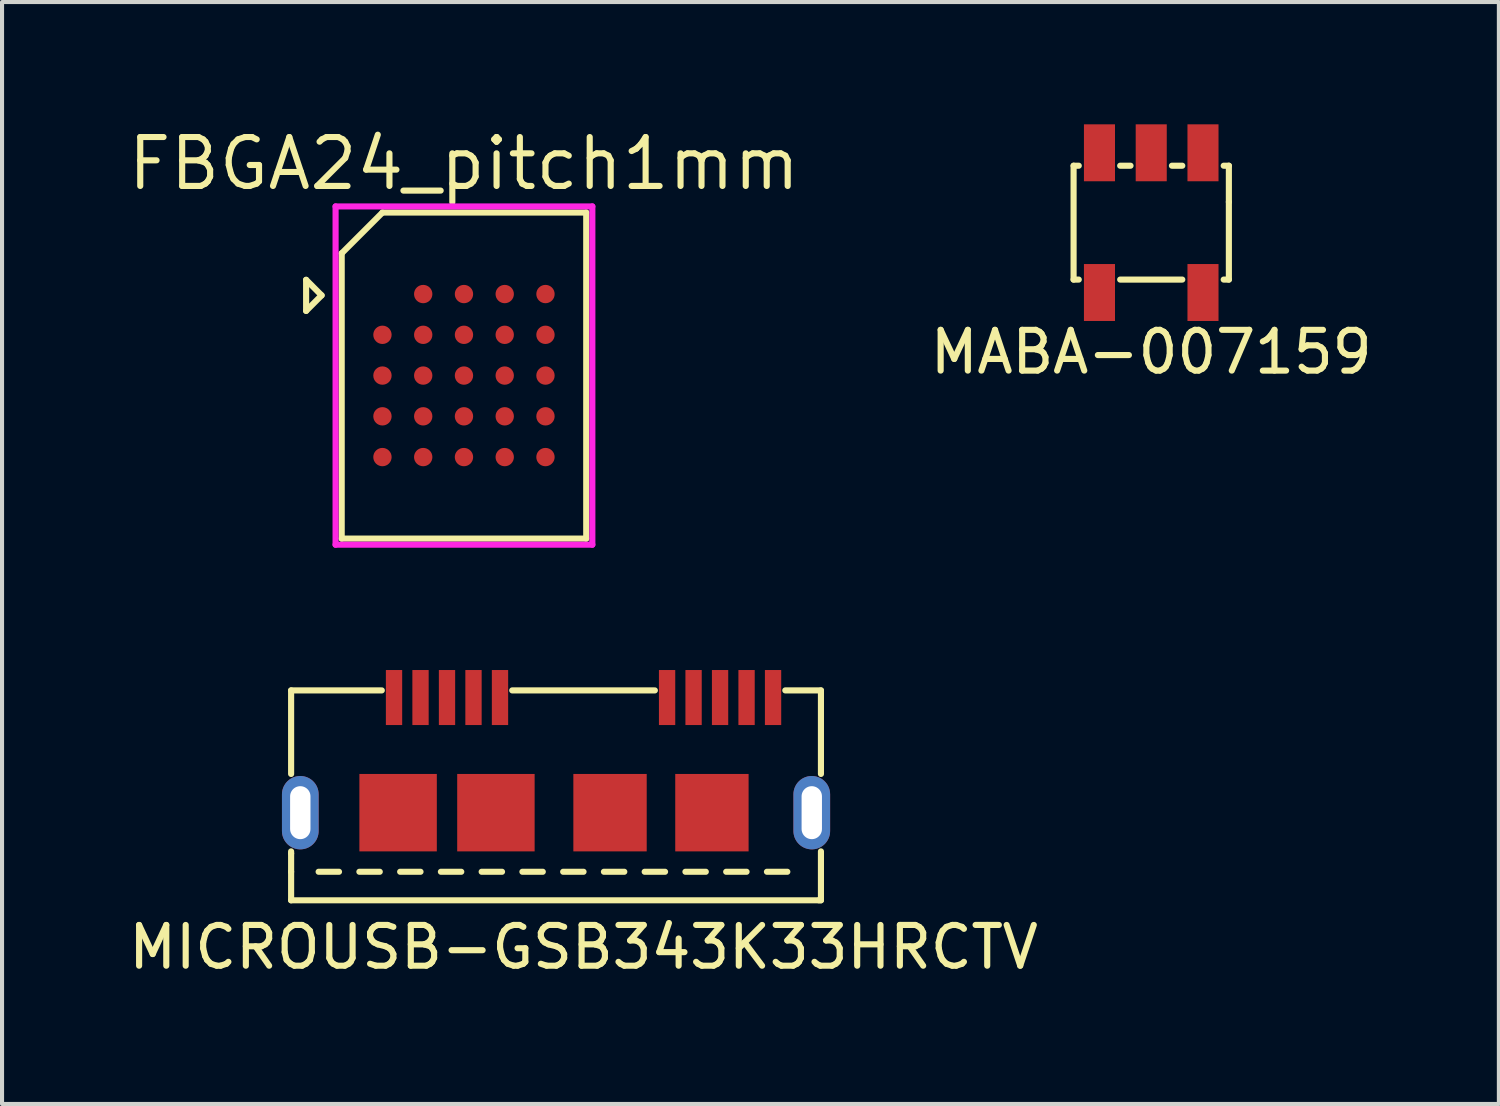
<source format=kicad_pcb>
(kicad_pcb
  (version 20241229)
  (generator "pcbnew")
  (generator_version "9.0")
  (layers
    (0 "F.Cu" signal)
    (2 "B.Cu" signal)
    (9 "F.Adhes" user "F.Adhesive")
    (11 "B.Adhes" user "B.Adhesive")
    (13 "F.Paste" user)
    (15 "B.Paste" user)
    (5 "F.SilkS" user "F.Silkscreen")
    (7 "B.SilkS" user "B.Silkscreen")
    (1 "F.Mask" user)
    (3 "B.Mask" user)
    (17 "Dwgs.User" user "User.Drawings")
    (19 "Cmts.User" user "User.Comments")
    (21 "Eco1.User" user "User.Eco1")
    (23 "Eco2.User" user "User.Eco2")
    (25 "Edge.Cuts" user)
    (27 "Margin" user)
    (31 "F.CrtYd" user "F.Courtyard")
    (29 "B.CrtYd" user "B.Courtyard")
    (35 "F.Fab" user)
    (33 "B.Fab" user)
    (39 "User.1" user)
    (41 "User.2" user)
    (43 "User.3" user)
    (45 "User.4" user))
  (footprint "FBGA24_pitch1mm"
    (layer "F.Cu")
    (at 8.334 6.165)
    (property "Reference" "FBGA24_pitch1mm" (at 0 -5.2 0) (layer "F.SilkS") (effects (font (size 1.2 1.2) (thickness 0.15))))
    (attr through_hole)
    (fp_line (start -3.873 -1.587) (end -3.873 -2.349) (stroke (width 0.15) (type solid)) (layer "F.SilkS"))
    (fp_line (start -3.493 -1.968) (end -3.873 -2.349) (stroke (width 0.15) (type solid)) (layer "F.SilkS"))
    (fp_line (start -3.493 -1.968) (end -3.873 -1.587) (stroke (width 0.15) (type solid)) (layer "F.SilkS"))
    (fp_line (start -3 -3) (end -3 4) (stroke (width 0.15) (type solid)) (layer "F.SilkS"))
    (fp_line (start -3 4) (end 3 4) (stroke (width 0.15) (type solid)) (layer "F.SilkS"))
    (fp_line (start -2 -4) (end -3 -3) (stroke (width 0.15) (type solid)) (layer "F.SilkS"))
    (fp_line (start 3 -4) (end -2 -4) (stroke (width 0.15) (type solid)) (layer "F.SilkS"))
    (fp_line (start 3 4) (end 3 -4) (stroke (width 0.15) (type solid)) (layer "F.SilkS"))
    (fp_line (start -3.15 -4.15) (end 3.15 -4.15) (stroke (width 0.15) (type solid)) (layer "F.CrtYd"))
    (fp_line (start -3.15 4.15) (end -3.15 -4.15) (stroke (width 0.15) (type solid)) (layer "F.CrtYd"))
    (fp_line (start 3.15 -4.15) (end 3.15 4.15) (stroke (width 0.15) (type solid)) (layer "F.CrtYd"))
    (fp_line (start 3.15 4.15) (end -3.15 4.15) (stroke (width 0.15) (type solid)) (layer "F.CrtYd"))
    (pad "A2" smd circle (at -1 -2) (size 0.45 0.45) (layers "F.Cu" "F.Mask" "F.Paste"))
    (pad "A3" smd circle (at 0 -2) (size 0.45 0.45) (layers "F.Cu" "F.Mask" "F.Paste"))
    (pad "A4" smd circle (at 1 -2) (size 0.45 0.45) (layers "F.Cu" "F.Mask" "F.Paste"))
    (pad "A5" smd circle (at 2 -2) (size 0.45 0.45) (layers "F.Cu" "F.Mask" "F.Paste"))
    (pad "B1" smd circle (at -2 -1) (size 0.45 0.45) (layers "F.Cu" "F.Mask" "F.Paste"))
    (pad "B2" smd circle (at -1 -1) (size 0.45 0.45) (layers "F.Cu" "F.Mask" "F.Paste"))
    (pad "B3" smd circle (at 0 -1) (size 0.45 0.45) (layers "F.Cu" "F.Mask" "F.Paste"))
    (pad "B4" smd circle (at 1 -1) (size 0.45 0.45) (layers "F.Cu" "F.Mask" "F.Paste"))
    (pad "B5" smd circle (at 2 -1) (size 0.45 0.45) (layers "F.Cu" "F.Mask" "F.Paste"))
    (pad "C1" smd circle (at -2 0) (size 0.45 0.45) (layers "F.Cu" "F.Mask" "F.Paste"))
    (pad "C2" smd circle (at -1 0) (size 0.45 0.45) (layers "F.Cu" "F.Mask" "F.Paste"))
    (pad "C3" smd circle (at 0 0) (size 0.45 0.45) (layers "F.Cu" "F.Mask" "F.Paste"))
    (pad "C4" smd circle (at 1 0) (size 0.45 0.45) (layers "F.Cu" "F.Mask" "F.Paste"))
    (pad "C5" smd circle (at 2 0) (size 0.45 0.45) (layers "F.Cu" "F.Mask" "F.Paste"))
    (pad "D1" smd circle (at -2 1) (size 0.45 0.45) (layers "F.Cu" "F.Mask" "F.Paste"))
    (pad "D2" smd circle (at -1 1) (size 0.45 0.45) (layers "F.Cu" "F.Mask" "F.Paste"))
    (pad "D3" smd circle (at 0 1) (size 0.45 0.45) (layers "F.Cu" "F.Mask" "F.Paste"))
    (pad "D4" smd circle (at 1 1) (size 0.45 0.45) (layers "F.Cu" "F.Mask" "F.Paste"))
    (pad "D5" smd circle (at 2 1) (size 0.45 0.45) (layers "F.Cu" "F.Mask" "F.Paste"))
    (pad "E1" smd circle (at -2 2) (size 0.45 0.45) (layers "F.Cu" "F.Mask" "F.Paste"))
    (pad "E2" smd circle (at -1 2) (size 0.45 0.45) (layers "F.Cu" "F.Mask" "F.Paste"))
    (pad "E3" smd circle (at 0 2) (size 0.45 0.45) (layers "F.Cu" "F.Mask" "F.Paste"))
    (pad "E4" smd circle (at 1 2) (size 0.45 0.45) (layers "F.Cu" "F.Mask" "F.Paste"))
    (pad "E5" smd circle (at 2 2) (size 0.45 0.45) (layers "F.Cu" "F.Mask" "F.Paste")))
  (footprint "MABA-007159"
    (layer "F.Cu")
    (at 25.197 2.413)
    (property "Reference" "MABA-007159" (at 0 3.175 0) (layer "F.SilkS") (effects (font (size 1 1) (thickness 0.15))))
    (attr through_hole)
    (fp_line (start -1.905 -1.397) (end -1.905 1.397) (stroke (width 0.15) (type solid)) (layer "F.SilkS"))
    (fp_line (start -1.905 -1.397) (end -1.778 -1.397) (stroke (width 0.15) (type solid)) (layer "F.SilkS"))
    (fp_line (start -1.905 1.397) (end -1.778 1.397) (stroke (width 0.15) (type solid)) (layer "F.SilkS"))
    (fp_line (start -0.762 -1.397) (end -0.508 -1.397) (stroke (width 0.15) (type solid)) (layer "F.SilkS"))
    (fp_line (start 0.508 -1.397) (end 0.762 -1.397) (stroke (width 0.15) (type solid)) (layer "F.SilkS"))
    (fp_line (start 0.762 1.397) (end -0.762 1.397) (stroke (width 0.15) (type solid)) (layer "F.SilkS"))
    (fp_line (start 1.778 -1.397) (end 1.905 -1.397) (stroke (width 0.15) (type solid)) (layer "F.SilkS"))
    (fp_line (start 1.905 -1.397) (end 1.905 -0.508) (stroke (width 0.15) (type solid)) (layer "F.SilkS"))
    (fp_line (start 1.905 -0.508) (end 1.905 1.397) (stroke (width 0.15) (type solid)) (layer "F.SilkS"))
    (fp_line (start 1.905 1.397) (end 1.778 1.397) (stroke (width 0.15) (type solid)) (layer "F.SilkS"))
    (pad "1" smd rect (at -1.27 -1.714) (size 0.762 1.397) (layers "F.Cu" "F.Mask" "F.Paste"))
    (pad "2" smd rect (at 0 -1.714) (size 0.762 1.397) (layers "F.Cu" "F.Mask" "F.Paste"))
    (pad "3" smd rect (at 1.27 -1.714) (size 0.762 1.397) (layers "F.Cu" "F.Mask" "F.Paste"))
    (pad "4" smd rect (at 1.27 1.714) (size 0.762 1.397) (layers "F.Cu" "F.Mask" "F.Paste"))
    (pad "5" smd rect (at -1.27 1.714) (size 0.762 1.397) (layers "F.Cu" "F.Mask" "F.Paste")))
  (footprint "MICROUSB-GSB343K33HRCTV"
    (layer "F.Cu")
    (at 11.268 16.89)
    (property "Reference" "MICROUSB-GSB343K33HRCTV" (at 0 3.3 0) (layer "F.SilkS") (effects (font (size 1 1) (thickness 0.15))))
    (attr through_hole)
    (fp_line (start -7.175 -3) (end -7.175 -0.95) (stroke (width 0.15) (type solid)) (layer "F.SilkS"))
    (fp_line (start -7.175 1) (end -7.175 0.95) (stroke (width 0.15) (type solid)) (layer "F.SilkS"))
    (fp_line (start -7.175 1.45) (end -7.175 1) (stroke (width 0.15) (type solid)) (layer "F.SilkS"))
    (fp_line (start -7.175 1.45) (end -7.175 2.15) (stroke (width 0.15) (type solid)) (layer "F.SilkS"))
    (fp_line (start -7.175 2.15) (end 5.775 2.15) (stroke (width 0.15) (type solid)) (layer "F.SilkS"))
    (fp_line (start -6.5 1.45) (end -6 1.45) (stroke (width 0.15) (type solid)) (layer "F.SilkS"))
    (fp_line (start -5.5 1.45) (end -5 1.45) (stroke (width 0.15) (type solid)) (layer "F.SilkS"))
    (fp_line (start -4.95 -3) (end -7.175 -3) (stroke (width 0.15) (type solid)) (layer "F.SilkS"))
    (fp_line (start -4.5 1.45) (end -4 1.45) (stroke (width 0.15) (type solid)) (layer "F.SilkS"))
    (fp_line (start -3.5 1.45) (end -3 1.45) (stroke (width 0.15) (type solid)) (layer "F.SilkS"))
    (fp_line (start -2.5 1.45) (end -2 1.45) (stroke (width 0.15) (type solid)) (layer "F.SilkS"))
    (fp_line (start -1.5 1.45) (end -1 1.45) (stroke (width 0.15) (type solid)) (layer "F.SilkS"))
    (fp_line (start -0.5 1.45) (end 0 1.45) (stroke (width 0.15) (type solid)) (layer "F.SilkS"))
    (fp_line (start 0.5 1.45) (end 1 1.45) (stroke (width 0.15) (type solid)) (layer "F.SilkS"))
    (fp_line (start 1.5 1.45) (end 2 1.45) (stroke (width 0.15) (type solid)) (layer "F.SilkS"))
    (fp_line (start 1.75 -3) (end -1.75 -3) (stroke (width 0.15) (type solid)) (layer "F.SilkS"))
    (fp_line (start 2.5 1.45) (end 3 1.45) (stroke (width 0.15) (type solid)) (layer "F.SilkS"))
    (fp_line (start 3.5 1.45) (end 4 1.45) (stroke (width 0.15) (type solid)) (layer "F.SilkS"))
    (fp_line (start 4.5 1.45) (end 5 1.45) (stroke (width 0.15) (type solid)) (layer "F.SilkS"))
    (fp_line (start 5.775 2.15) (end 5.825 2.15) (stroke (width 0.15) (type solid)) (layer "F.SilkS"))
    (fp_line (start 5.825 -3) (end 4.95 -3) (stroke (width 0.15) (type solid)) (layer "F.SilkS"))
    (fp_line (start 5.825 -0.95) (end 5.825 -3) (stroke (width 0.15) (type solid)) (layer "F.SilkS"))
    (fp_line (start 5.825 2.15) (end 5.825 0.95) (stroke (width 0.15) (type solid)) (layer "F.SilkS"))
    (pad "1" smd rect (at -4.65 -2.825) (size 0.4 1.35) (layers "F.Cu" "F.Mask" "F.Paste"))
    (pad "2" smd rect (at -4 -2.825) (size 0.4 1.35) (layers "F.Cu" "F.Mask" "F.Paste"))
    (pad "3" smd rect (at -3.35 -2.825) (size 0.4 1.35) (layers "F.Cu" "F.Mask" "F.Paste"))
    (pad "4" smd rect (at -2.7 -2.825) (size 0.4 1.35) (layers "F.Cu" "F.Mask" "F.Paste"))
    (pad "5" smd rect (at -2.05 -2.825) (size 0.4 1.35) (layers "F.Cu" "F.Mask" "F.Paste"))
    (pad "6" smd rect (at 2.05 -2.825) (size 0.4 1.35) (layers "F.Cu" "F.Mask" "F.Paste"))
    (pad "7" smd rect (at 2.7 -2.825) (size 0.4 1.35) (layers "F.Cu" "F.Mask" "F.Paste"))
    (pad "8" smd rect (at 3.35 -2.825) (size 0.4 1.35) (layers "F.Cu" "F.Mask" "F.Paste"))
    (pad "9" smd rect (at 4 -2.825) (size 0.4 1.35) (layers "F.Cu" "F.Mask" "F.Paste"))
    (pad "10" smd rect (at 4.65 -2.825) (size 0.4 1.35) (layers "F.Cu" "F.Mask" "F.Paste"))
    (pad "S" thru_hole oval (at -6.95 0) (size 0.9 1.8) (drill oval 0.5 1.3) (layers "*.Cu" "*.Mask"))
    (pad "S" smd rect (at -4.55 0) (size 1.9 1.9) (layers "F.Cu" "F.Mask" "F.Paste"))
    (pad "S" smd rect (at -2.15 0) (size 1.9 1.9) (layers "F.Cu" "F.Mask" "F.Paste"))
    (pad "S" smd rect (at 0.65 0) (size 1.8 1.9) (layers "F.Cu" "F.Mask" "F.Paste"))
    (pad "S" smd rect (at 3.15 0) (size 1.8 1.9) (layers "F.Cu" "F.Mask" "F.Paste"))
    (pad "S" thru_hole oval (at 5.6 0) (size 0.9 1.8) (drill oval 0.5 1.3) (layers "*.Cu" "*.Mask")))
  (gr_rect
    (start -3 -3)
    (end 33.727 24.038)
    (stroke (width 0.1) (type default))
    (fill no)
    (layer "Edge.Cuts")))
</source>
